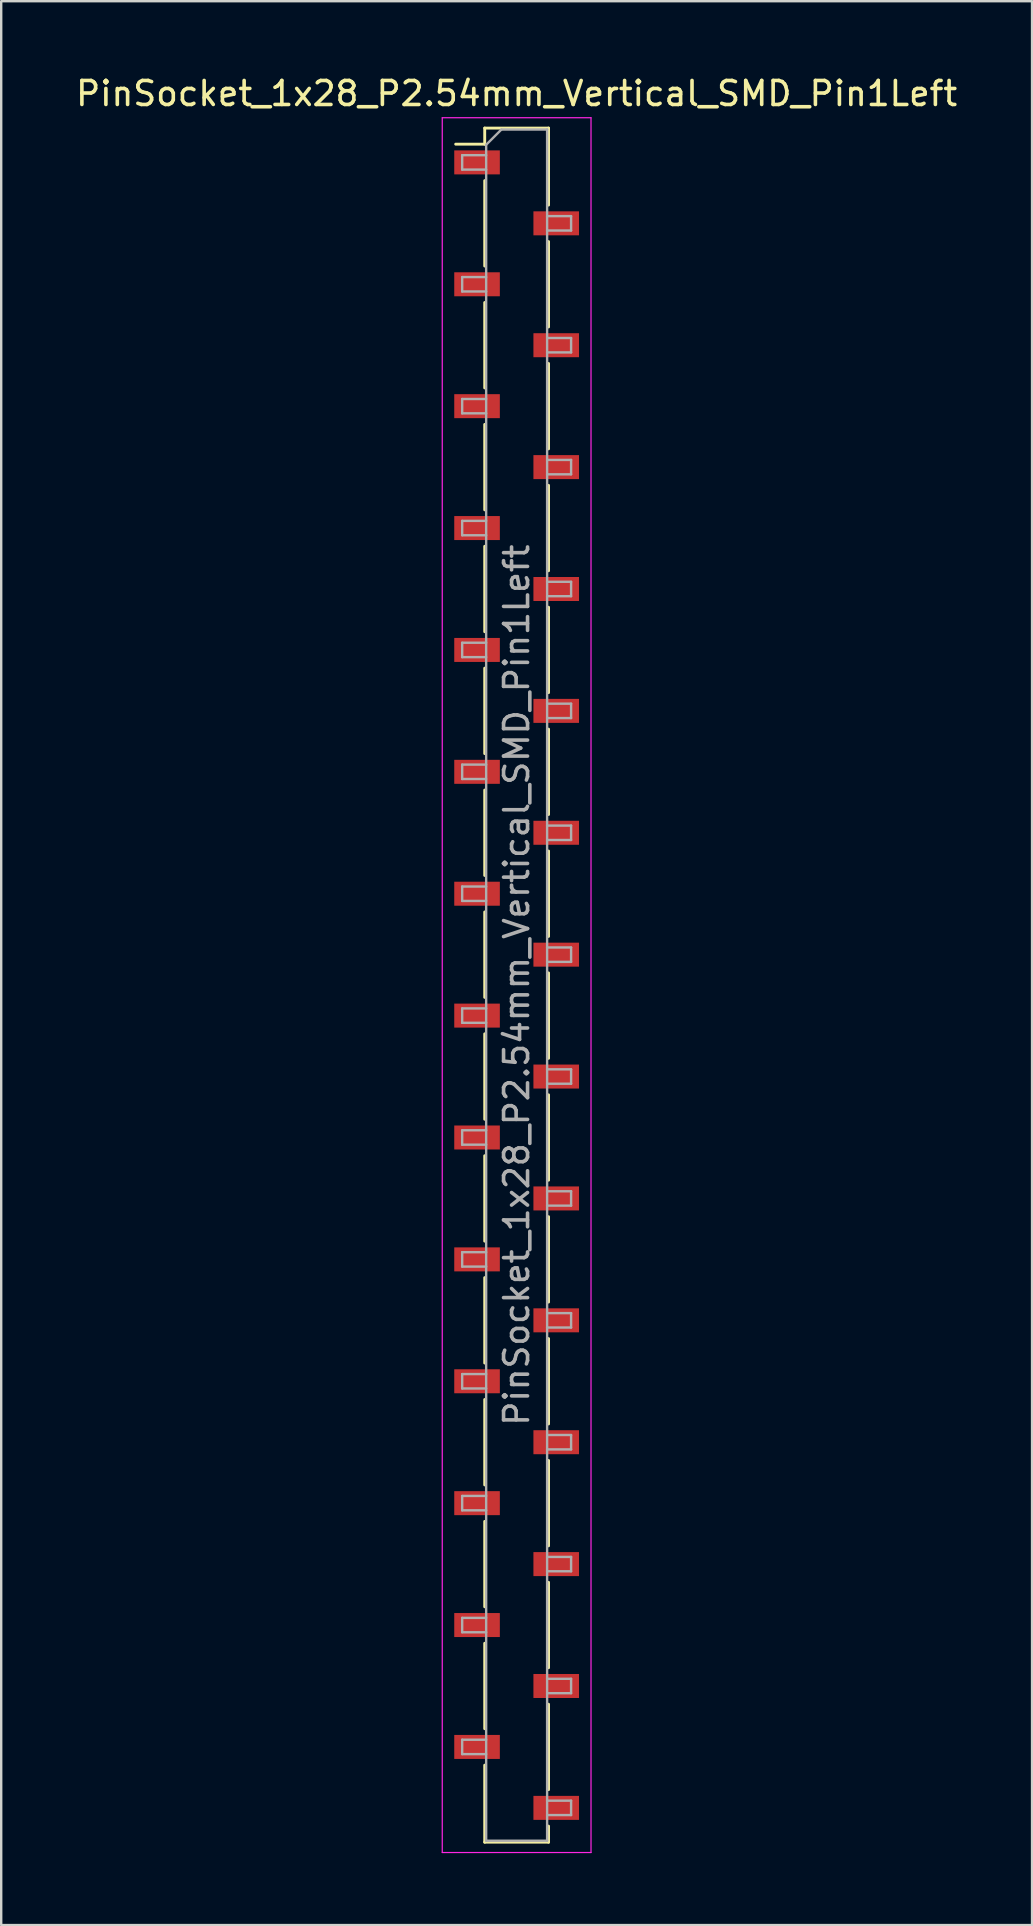
<source format=kicad_pcb>
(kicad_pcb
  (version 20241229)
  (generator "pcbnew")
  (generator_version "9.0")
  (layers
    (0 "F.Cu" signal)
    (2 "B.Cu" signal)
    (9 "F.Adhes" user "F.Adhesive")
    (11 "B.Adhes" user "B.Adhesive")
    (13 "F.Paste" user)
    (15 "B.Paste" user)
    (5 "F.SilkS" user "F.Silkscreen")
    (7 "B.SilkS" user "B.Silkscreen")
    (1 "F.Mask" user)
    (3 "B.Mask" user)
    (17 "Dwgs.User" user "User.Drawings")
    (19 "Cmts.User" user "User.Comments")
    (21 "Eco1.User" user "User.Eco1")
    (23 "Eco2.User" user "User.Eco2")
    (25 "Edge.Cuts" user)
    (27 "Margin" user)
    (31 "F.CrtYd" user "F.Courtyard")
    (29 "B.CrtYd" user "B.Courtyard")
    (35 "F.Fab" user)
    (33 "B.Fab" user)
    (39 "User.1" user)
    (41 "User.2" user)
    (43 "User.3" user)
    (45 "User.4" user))
  (footprint "PinSocket_1x28_P2.54mm_Vertical_SMD_Pin1Left"
    (layer "F.Cu")
    (at 18.482 38.008)
    (property "Reference" "PinSocket_1x28_P2.54mm_Vertical_SMD_Pin1Left" (at 0 -37.16 0) (layer "F.SilkS") (effects (font (size 1 1) (thickness 0.15))))
    (attr smd)
    (fp_line (start -2.54 -35.05) (end -1.33 -35.05) (stroke (width 0.12) (type solid)) (layer "F.SilkS"))
    (fp_line (start -1.33 -35.72) (end -1.33 -35.05) (stroke (width 0.12) (type solid)) (layer "F.SilkS"))
    (fp_line (start -1.33 -35.72) (end 1.33 -35.72) (stroke (width 0.12) (type solid)) (layer "F.SilkS"))
    (fp_line (start -1.33 -33.53) (end -1.33 -29.97) (stroke (width 0.12) (type solid)) (layer "F.SilkS"))
    (fp_line (start -1.33 -28.45) (end -1.33 -24.89) (stroke (width 0.12) (type solid)) (layer "F.SilkS"))
    (fp_line (start -1.33 -23.37) (end -1.33 -19.81) (stroke (width 0.12) (type solid)) (layer "F.SilkS"))
    (fp_line (start -1.33 -18.29) (end -1.33 -14.73) (stroke (width 0.12) (type solid)) (layer "F.SilkS"))
    (fp_line (start -1.33 -13.21) (end -1.33 -9.65) (stroke (width 0.12) (type solid)) (layer "F.SilkS"))
    (fp_line (start -1.33 -8.13) (end -1.33 -4.57) (stroke (width 0.12) (type solid)) (layer "F.SilkS"))
    (fp_line (start -1.33 -3.05) (end -1.33 0.51) (stroke (width 0.12) (type solid)) (layer "F.SilkS"))
    (fp_line (start -1.33 2.03) (end -1.33 5.59) (stroke (width 0.12) (type solid)) (layer "F.SilkS"))
    (fp_line (start -1.33 7.11) (end -1.33 10.67) (stroke (width 0.12) (type solid)) (layer "F.SilkS"))
    (fp_line (start -1.33 12.19) (end -1.33 15.75) (stroke (width 0.12) (type solid)) (layer "F.SilkS"))
    (fp_line (start -1.33 17.27) (end -1.33 20.83) (stroke (width 0.12) (type solid)) (layer "F.SilkS"))
    (fp_line (start -1.33 22.35) (end -1.33 25.91) (stroke (width 0.12) (type solid)) (layer "F.SilkS"))
    (fp_line (start -1.33 27.43) (end -1.33 30.99) (stroke (width 0.12) (type solid)) (layer "F.SilkS"))
    (fp_line (start -1.33 32.51) (end -1.33 35.72) (stroke (width 0.12) (type solid)) (layer "F.SilkS"))
    (fp_line (start -1.33 35.72) (end 1.33 35.72) (stroke (width 0.12) (type solid)) (layer "F.SilkS"))
    (fp_line (start 1.33 -35.72) (end 1.33 -32.51) (stroke (width 0.12) (type solid)) (layer "F.SilkS"))
    (fp_line (start 1.33 -30.99) (end 1.33 -27.43) (stroke (width 0.12) (type solid)) (layer "F.SilkS"))
    (fp_line (start 1.33 -25.91) (end 1.33 -22.35) (stroke (width 0.12) (type solid)) (layer "F.SilkS"))
    (fp_line (start 1.33 -20.83) (end 1.33 -17.27) (stroke (width 0.12) (type solid)) (layer "F.SilkS"))
    (fp_line (start 1.33 -15.75) (end 1.33 -12.19) (stroke (width 0.12) (type solid)) (layer "F.SilkS"))
    (fp_line (start 1.33 -10.67) (end 1.33 -7.11) (stroke (width 0.12) (type solid)) (layer "F.SilkS"))
    (fp_line (start 1.33 -5.59) (end 1.33 -2.03) (stroke (width 0.12) (type solid)) (layer "F.SilkS"))
    (fp_line (start 1.33 -0.51) (end 1.33 3.05) (stroke (width 0.12) (type solid)) (layer "F.SilkS"))
    (fp_line (start 1.33 4.57) (end 1.33 8.13) (stroke (width 0.12) (type solid)) (layer "F.SilkS"))
    (fp_line (start 1.33 9.65) (end 1.33 13.21) (stroke (width 0.12) (type solid)) (layer "F.SilkS"))
    (fp_line (start 1.33 14.73) (end 1.33 18.29) (stroke (width 0.12) (type solid)) (layer "F.SilkS"))
    (fp_line (start 1.33 19.81) (end 1.33 23.37) (stroke (width 0.12) (type solid)) (layer "F.SilkS"))
    (fp_line (start 1.33 24.89) (end 1.33 28.45) (stroke (width 0.12) (type solid)) (layer "F.SilkS"))
    (fp_line (start 1.33 29.97) (end 1.33 33.53) (stroke (width 0.12) (type solid)) (layer "F.SilkS"))
    (fp_line (start 1.33 35.05) (end 1.33 35.72) (stroke (width 0.12) (type solid)) (layer "F.SilkS"))
    (fp_line (start -3.1 -36.15) (end 3.1 -36.15) (stroke (width 0.05) (type solid)) (layer "F.CrtYd"))
    (fp_line (start -3.1 36.15) (end -3.1 -36.15) (stroke (width 0.05) (type solid)) (layer "F.CrtYd"))
    (fp_line (start 3.1 -36.15) (end 3.1 36.15) (stroke (width 0.05) (type solid)) (layer "F.CrtYd"))
    (fp_line (start 3.1 36.15) (end -3.1 36.15) (stroke (width 0.05) (type solid)) (layer "F.CrtYd"))
    (fp_line (start -2.27 -34.59) (end -1.27 -34.59) (stroke (width 0.1) (type solid)) (layer "F.Fab"))
    (fp_line (start -2.27 -33.99) (end -2.27 -34.59) (stroke (width 0.1) (type solid)) (layer "F.Fab"))
    (fp_line (start -2.27 -29.51) (end -1.27 -29.51) (stroke (width 0.1) (type solid)) (layer "F.Fab"))
    (fp_line (start -2.27 -28.91) (end -2.27 -29.51) (stroke (width 0.1) (type solid)) (layer "F.Fab"))
    (fp_line (start -2.27 -24.43) (end -1.27 -24.43) (stroke (width 0.1) (type solid)) (layer "F.Fab"))
    (fp_line (start -2.27 -23.83) (end -2.27 -24.43) (stroke (width 0.1) (type solid)) (layer "F.Fab"))
    (fp_line (start -2.27 -19.35) (end -1.27 -19.35) (stroke (width 0.1) (type solid)) (layer "F.Fab"))
    (fp_line (start -2.27 -18.75) (end -2.27 -19.35) (stroke (width 0.1) (type solid)) (layer "F.Fab"))
    (fp_line (start -2.27 -14.27) (end -1.27 -14.27) (stroke (width 0.1) (type solid)) (layer "F.Fab"))
    (fp_line (start -2.27 -13.67) (end -2.27 -14.27) (stroke (width 0.1) (type solid)) (layer "F.Fab"))
    (fp_line (start -2.27 -9.19) (end -1.27 -9.19) (stroke (width 0.1) (type solid)) (layer "F.Fab"))
    (fp_line (start -2.27 -8.59) (end -2.27 -9.19) (stroke (width 0.1) (type solid)) (layer "F.Fab"))
    (fp_line (start -2.27 -4.11) (end -1.27 -4.11) (stroke (width 0.1) (type solid)) (layer "F.Fab"))
    (fp_line (start -2.27 -3.51) (end -2.27 -4.11) (stroke (width 0.1) (type solid)) (layer "F.Fab"))
    (fp_line (start -2.27 0.97) (end -1.27 0.97) (stroke (width 0.1) (type solid)) (layer "F.Fab"))
    (fp_line (start -2.27 1.57) (end -2.27 0.97) (stroke (width 0.1) (type solid)) (layer "F.Fab"))
    (fp_line (start -2.27 6.05) (end -1.27 6.05) (stroke (width 0.1) (type solid)) (layer "F.Fab"))
    (fp_line (start -2.27 6.65) (end -2.27 6.05) (stroke (width 0.1) (type solid)) (layer "F.Fab"))
    (fp_line (start -2.27 11.13) (end -1.27 11.13) (stroke (width 0.1) (type solid)) (layer "F.Fab"))
    (fp_line (start -2.27 11.73) (end -2.27 11.13) (stroke (width 0.1) (type solid)) (layer "F.Fab"))
    (fp_line (start -2.27 16.21) (end -1.27 16.21) (stroke (width 0.1) (type solid)) (layer "F.Fab"))
    (fp_line (start -2.27 16.81) (end -2.27 16.21) (stroke (width 0.1) (type solid)) (layer "F.Fab"))
    (fp_line (start -2.27 21.29) (end -1.27 21.29) (stroke (width 0.1) (type solid)) (layer "F.Fab"))
    (fp_line (start -2.27 21.89) (end -2.27 21.29) (stroke (width 0.1) (type solid)) (layer "F.Fab"))
    (fp_line (start -2.27 26.37) (end -1.27 26.37) (stroke (width 0.1) (type solid)) (layer "F.Fab"))
    (fp_line (start -2.27 26.97) (end -2.27 26.37) (stroke (width 0.1) (type solid)) (layer "F.Fab"))
    (fp_line (start -2.27 31.45) (end -1.27 31.45) (stroke (width 0.1) (type solid)) (layer "F.Fab"))
    (fp_line (start -2.27 32.05) (end -2.27 31.45) (stroke (width 0.1) (type solid)) (layer "F.Fab"))
    (fp_line (start -1.27 -35.025) (end -0.635 -35.66) (stroke (width 0.1) (type solid)) (layer "F.Fab"))
    (fp_line (start -1.27 -33.99) (end -2.27 -33.99) (stroke (width 0.1) (type solid)) (layer "F.Fab"))
    (fp_line (start -1.27 -28.91) (end -2.27 -28.91) (stroke (width 0.1) (type solid)) (layer "F.Fab"))
    (fp_line (start -1.27 -23.83) (end -2.27 -23.83) (stroke (width 0.1) (type solid)) (layer "F.Fab"))
    (fp_line (start -1.27 -18.75) (end -2.27 -18.75) (stroke (width 0.1) (type solid)) (layer "F.Fab"))
    (fp_line (start -1.27 -13.67) (end -2.27 -13.67) (stroke (width 0.1) (type solid)) (layer "F.Fab"))
    (fp_line (start -1.27 -8.59) (end -2.27 -8.59) (stroke (width 0.1) (type solid)) (layer "F.Fab"))
    (fp_line (start -1.27 -3.51) (end -2.27 -3.51) (stroke (width 0.1) (type solid)) (layer "F.Fab"))
    (fp_line (start -1.27 1.57) (end -2.27 1.57) (stroke (width 0.1) (type solid)) (layer "F.Fab"))
    (fp_line (start -1.27 6.65) (end -2.27 6.65) (stroke (width 0.1) (type solid)) (layer "F.Fab"))
    (fp_line (start -1.27 11.73) (end -2.27 11.73) (stroke (width 0.1) (type solid)) (layer "F.Fab"))
    (fp_line (start -1.27 16.81) (end -2.27 16.81) (stroke (width 0.1) (type solid)) (layer "F.Fab"))
    (fp_line (start -1.27 21.89) (end -2.27 21.89) (stroke (width 0.1) (type solid)) (layer "F.Fab"))
    (fp_line (start -1.27 26.97) (end -2.27 26.97) (stroke (width 0.1) (type solid)) (layer "F.Fab"))
    (fp_line (start -1.27 32.05) (end -2.27 32.05) (stroke (width 0.1) (type solid)) (layer "F.Fab"))
    (fp_line (start -1.27 35.66) (end -1.27 -35.025) (stroke (width 0.1) (type solid)) (layer "F.Fab"))
    (fp_line (start -0.635 -35.66) (end 1.27 -35.66) (stroke (width 0.1) (type solid)) (layer "F.Fab"))
    (fp_line (start 1.27 -35.66) (end 1.27 35.66) (stroke (width 0.1) (type solid)) (layer "F.Fab"))
    (fp_line (start 1.27 -32.05) (end 2.27 -32.05) (stroke (width 0.1) (type solid)) (layer "F.Fab"))
    (fp_line (start 1.27 -26.97) (end 2.27 -26.97) (stroke (width 0.1) (type solid)) (layer "F.Fab"))
    (fp_line (start 1.27 -21.89) (end 2.27 -21.89) (stroke (width 0.1) (type solid)) (layer "F.Fab"))
    (fp_line (start 1.27 -16.81) (end 2.27 -16.81) (stroke (width 0.1) (type solid)) (layer "F.Fab"))
    (fp_line (start 1.27 -11.73) (end 2.27 -11.73) (stroke (width 0.1) (type solid)) (layer "F.Fab"))
    (fp_line (start 1.27 -6.65) (end 2.27 -6.65) (stroke (width 0.1) (type solid)) (layer "F.Fab"))
    (fp_line (start 1.27 -1.57) (end 2.27 -1.57) (stroke (width 0.1) (type solid)) (layer "F.Fab"))
    (fp_line (start 1.27 3.51) (end 2.27 3.51) (stroke (width 0.1) (type solid)) (layer "F.Fab"))
    (fp_line (start 1.27 8.59) (end 2.27 8.59) (stroke (width 0.1) (type solid)) (layer "F.Fab"))
    (fp_line (start 1.27 13.67) (end 2.27 13.67) (stroke (width 0.1) (type solid)) (layer "F.Fab"))
    (fp_line (start 1.27 18.75) (end 2.27 18.75) (stroke (width 0.1) (type solid)) (layer "F.Fab"))
    (fp_line (start 1.27 23.83) (end 2.27 23.83) (stroke (width 0.1) (type solid)) (layer "F.Fab"))
    (fp_line (start 1.27 28.91) (end 2.27 28.91) (stroke (width 0.1) (type solid)) (layer "F.Fab"))
    (fp_line (start 1.27 33.99) (end 2.27 33.99) (stroke (width 0.1) (type solid)) (layer "F.Fab"))
    (fp_line (start 1.27 35.66) (end -1.27 35.66) (stroke (width 0.1) (type solid)) (layer "F.Fab"))
    (fp_line (start 2.27 -32.05) (end 2.27 -31.45) (stroke (width 0.1) (type solid)) (layer "F.Fab"))
    (fp_line (start 2.27 -31.45) (end 1.27 -31.45) (stroke (width 0.1) (type solid)) (layer "F.Fab"))
    (fp_line (start 2.27 -26.97) (end 2.27 -26.37) (stroke (width 0.1) (type solid)) (layer "F.Fab"))
    (fp_line (start 2.27 -26.37) (end 1.27 -26.37) (stroke (width 0.1) (type solid)) (layer "F.Fab"))
    (fp_line (start 2.27 -21.89) (end 2.27 -21.29) (stroke (width 0.1) (type solid)) (layer "F.Fab"))
    (fp_line (start 2.27 -21.29) (end 1.27 -21.29) (stroke (width 0.1) (type solid)) (layer "F.Fab"))
    (fp_line (start 2.27 -16.81) (end 2.27 -16.21) (stroke (width 0.1) (type solid)) (layer "F.Fab"))
    (fp_line (start 2.27 -16.21) (end 1.27 -16.21) (stroke (width 0.1) (type solid)) (layer "F.Fab"))
    (fp_line (start 2.27 -11.73) (end 2.27 -11.13) (stroke (width 0.1) (type solid)) (layer "F.Fab"))
    (fp_line (start 2.27 -11.13) (end 1.27 -11.13) (stroke (width 0.1) (type solid)) (layer "F.Fab"))
    (fp_line (start 2.27 -6.65) (end 2.27 -6.05) (stroke (width 0.1) (type solid)) (layer "F.Fab"))
    (fp_line (start 2.27 -6.05) (end 1.27 -6.05) (stroke (width 0.1) (type solid)) (layer "F.Fab"))
    (fp_line (start 2.27 -1.57) (end 2.27 -0.97) (stroke (width 0.1) (type solid)) (layer "F.Fab"))
    (fp_line (start 2.27 -0.97) (end 1.27 -0.97) (stroke (width 0.1) (type solid)) (layer "F.Fab"))
    (fp_line (start 2.27 3.51) (end 2.27 4.11) (stroke (width 0.1) (type solid)) (layer "F.Fab"))
    (fp_line (start 2.27 4.11) (end 1.27 4.11) (stroke (width 0.1) (type solid)) (layer "F.Fab"))
    (fp_line (start 2.27 8.59) (end 2.27 9.19) (stroke (width 0.1) (type solid)) (layer "F.Fab"))
    (fp_line (start 2.27 9.19) (end 1.27 9.19) (stroke (width 0.1) (type solid)) (layer "F.Fab"))
    (fp_line (start 2.27 13.67) (end 2.27 14.27) (stroke (width 0.1) (type solid)) (layer "F.Fab"))
    (fp_line (start 2.27 14.27) (end 1.27 14.27) (stroke (width 0.1) (type solid)) (layer "F.Fab"))
    (fp_line (start 2.27 18.75) (end 2.27 19.35) (stroke (width 0.1) (type solid)) (layer "F.Fab"))
    (fp_line (start 2.27 19.35) (end 1.27 19.35) (stroke (width 0.1) (type solid)) (layer "F.Fab"))
    (fp_line (start 2.27 23.83) (end 2.27 24.43) (stroke (width 0.1) (type solid)) (layer "F.Fab"))
    (fp_line (start 2.27 24.43) (end 1.27 24.43) (stroke (width 0.1) (type solid)) (layer "F.Fab"))
    (fp_line (start 2.27 28.91) (end 2.27 29.51) (stroke (width 0.1) (type solid)) (layer "F.Fab"))
    (fp_line (start 2.27 29.51) (end 1.27 29.51) (stroke (width 0.1) (type solid)) (layer "F.Fab"))
    (fp_line (start 2.27 33.99) (end 2.27 34.59) (stroke (width 0.1) (type solid)) (layer "F.Fab"))
    (fp_line (start 2.27 34.59) (end 1.27 34.59) (stroke (width 0.1) (type solid)) (layer "F.Fab"))
    (fp_text user "${REFERENCE}" (at 0 0 90) (layer "F.Fab") (effects (font (size 1 1) (thickness 0.15))))
    (pad "1" smd rect (at -1.65 -34.29) (size 1.9 1) (layers "F.Cu" "F.Mask" "F.Paste"))
    (pad "2" smd rect (at 1.65 -31.75) (size 1.9 1) (layers "F.Cu" "F.Mask" "F.Paste"))
    (pad "3" smd rect (at -1.65 -29.21) (size 1.9 1) (layers "F.Cu" "F.Mask" "F.Paste"))
    (pad "4" smd rect (at 1.65 -26.67) (size 1.9 1) (layers "F.Cu" "F.Mask" "F.Paste"))
    (pad "5" smd rect (at -1.65 -24.13) (size 1.9 1) (layers "F.Cu" "F.Mask" "F.Paste"))
    (pad "6" smd rect (at 1.65 -21.59) (size 1.9 1) (layers "F.Cu" "F.Mask" "F.Paste"))
    (pad "7" smd rect (at -1.65 -19.05) (size 1.9 1) (layers "F.Cu" "F.Mask" "F.Paste"))
    (pad "8" smd rect (at 1.65 -16.51) (size 1.9 1) (layers "F.Cu" "F.Mask" "F.Paste"))
    (pad "9" smd rect (at -1.65 -13.97) (size 1.9 1) (layers "F.Cu" "F.Mask" "F.Paste"))
    (pad "10" smd rect (at 1.65 -11.43) (size 1.9 1) (layers "F.Cu" "F.Mask" "F.Paste"))
    (pad "11" smd rect (at -1.65 -8.89) (size 1.9 1) (layers "F.Cu" "F.Mask" "F.Paste"))
    (pad "12" smd rect (at 1.65 -6.35) (size 1.9 1) (layers "F.Cu" "F.Mask" "F.Paste"))
    (pad "13" smd rect (at -1.65 -3.81) (size 1.9 1) (layers "F.Cu" "F.Mask" "F.Paste"))
    (pad "14" smd rect (at 1.65 -1.27) (size 1.9 1) (layers "F.Cu" "F.Mask" "F.Paste"))
    (pad "15" smd rect (at -1.65 1.27) (size 1.9 1) (layers "F.Cu" "F.Mask" "F.Paste"))
    (pad "16" smd rect (at 1.65 3.81) (size 1.9 1) (layers "F.Cu" "F.Mask" "F.Paste"))
    (pad "17" smd rect (at -1.65 6.35) (size 1.9 1) (layers "F.Cu" "F.Mask" "F.Paste"))
    (pad "18" smd rect (at 1.65 8.89) (size 1.9 1) (layers "F.Cu" "F.Mask" "F.Paste"))
    (pad "19" smd rect (at -1.65 11.43) (size 1.9 1) (layers "F.Cu" "F.Mask" "F.Paste"))
    (pad "20" smd rect (at 1.65 13.97) (size 1.9 1) (layers "F.Cu" "F.Mask" "F.Paste"))
    (pad "21" smd rect (at -1.65 16.51) (size 1.9 1) (layers "F.Cu" "F.Mask" "F.Paste"))
    (pad "22" smd rect (at 1.65 19.05) (size 1.9 1) (layers "F.Cu" "F.Mask" "F.Paste"))
    (pad "23" smd rect (at -1.65 21.59) (size 1.9 1) (layers "F.Cu" "F.Mask" "F.Paste"))
    (pad "24" smd rect (at 1.65 24.13) (size 1.9 1) (layers "F.Cu" "F.Mask" "F.Paste"))
    (pad "25" smd rect (at -1.65 26.67) (size 1.9 1) (layers "F.Cu" "F.Mask" "F.Paste"))
    (pad "26" smd rect (at 1.65 29.21) (size 1.9 1) (layers "F.Cu" "F.Mask" "F.Paste"))
    (pad "27" smd rect (at -1.65 31.75) (size 1.9 1) (layers "F.Cu" "F.Mask" "F.Paste"))
    (pad "28" smd rect (at 1.65 34.29) (size 1.9 1) (layers "F.Cu" "F.Mask" "F.Paste")))
  (gr_rect
    (start -3 -3)
    (end 39.964 77.183)
    (stroke (width 0.1) (type default))
    (fill no)
    (layer "Edge.Cuts")))
</source>
